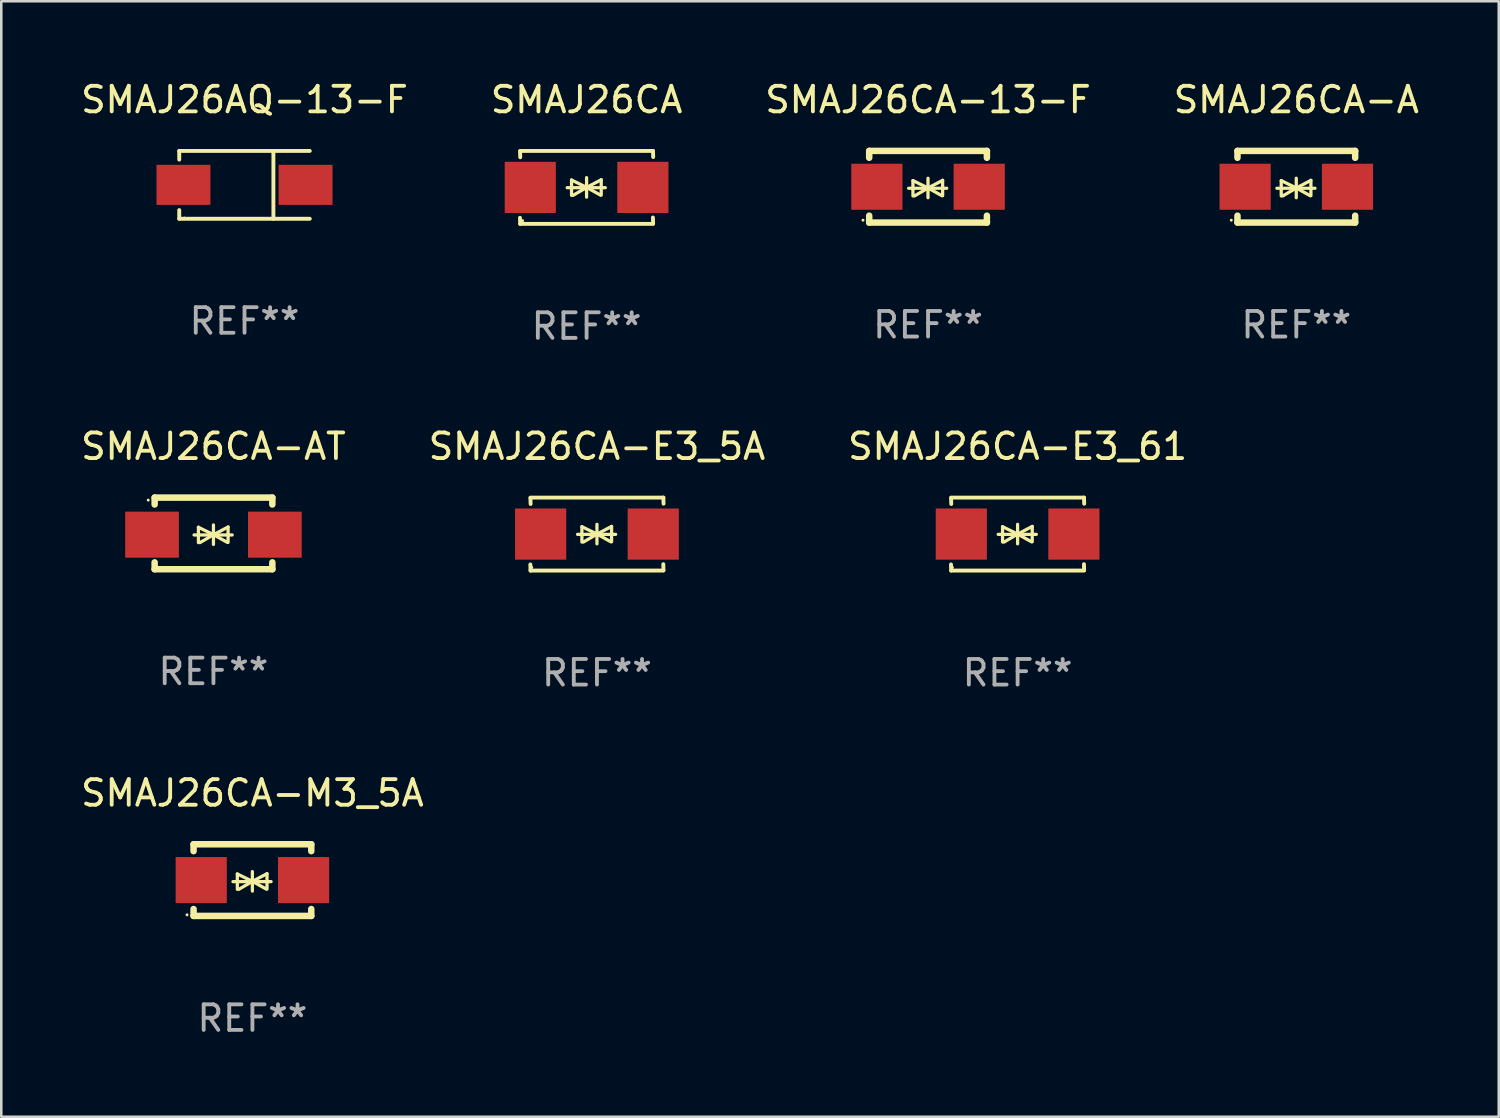
<source format=kicad_pcb>
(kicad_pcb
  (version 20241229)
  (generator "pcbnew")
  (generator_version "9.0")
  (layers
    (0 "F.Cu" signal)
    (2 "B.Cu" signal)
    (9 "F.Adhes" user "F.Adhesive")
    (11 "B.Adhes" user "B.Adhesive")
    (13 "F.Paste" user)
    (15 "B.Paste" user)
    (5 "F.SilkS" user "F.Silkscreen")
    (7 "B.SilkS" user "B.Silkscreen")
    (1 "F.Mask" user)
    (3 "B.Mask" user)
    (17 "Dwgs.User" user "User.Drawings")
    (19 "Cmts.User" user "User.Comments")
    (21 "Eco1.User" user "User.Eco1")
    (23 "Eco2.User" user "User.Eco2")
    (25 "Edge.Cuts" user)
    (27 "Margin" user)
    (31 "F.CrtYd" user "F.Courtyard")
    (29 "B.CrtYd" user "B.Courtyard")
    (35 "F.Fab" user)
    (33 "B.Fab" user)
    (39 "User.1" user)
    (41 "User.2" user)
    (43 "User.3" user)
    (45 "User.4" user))
  (footprint "SMAJ26CA-E3_5A"
    (layer "F.Cu")
    (at 20.28 17.823)
    (property "Reference" "SMAJ26CA-E3_5A" (at 0 -3.426 0) (layer "F.SilkS") (effects (font (size 1 1) (thickness 0.15))))
    (attr through_hole)
    (fp_line (start -2.596 -1.426) (end 2.596 -1.426) (stroke (width 0.152) (type solid)) (layer "F.SilkS"))
    (fp_line (start -2.596 1.426) (end -2.603 1.187) (stroke (width 0.152) (type solid)) (layer "F.SilkS"))
    (fp_line (start -2.596 1.426) (end 2.596 1.426) (stroke (width 0.152) (type solid)) (layer "F.SilkS"))
    (fp_line (start -2.593 -1.176) (end -2.6 -1.415) (stroke (width 0.152) (type solid)) (layer "F.SilkS"))
    (fp_line (start -0.758 0.011) (end 0.732 0.011) (stroke (width 0.127) (type solid)) (layer "F.SilkS"))
    (fp_line (start -0.588 -0.289) (end -0.588 0.311) (stroke (width 0.127) (type solid)) (layer "F.SilkS"))
    (fp_line (start -0.588 -0.289) (end 0 0) (stroke (width 0.127) (type solid)) (layer "F.SilkS"))
    (fp_line (start -0.528 0.311) (end 0 0) (stroke (width 0.127) (type solid)) (layer "F.SilkS"))
    (fp_line (start 0 0) (end 0 -0.381) (stroke (width 0.127) (type solid)) (layer "F.SilkS"))
    (fp_line (start 0 0) (end 0 0.381) (stroke (width 0.127) (type solid)) (layer "F.SilkS"))
    (fp_line (start 0.542 0.301) (end 0 0) (stroke (width 0.127) (type solid)) (layer "F.SilkS"))
    (fp_line (start 0.572 -0.299) (end 0 0) (stroke (width 0.127) (type solid)) (layer "F.SilkS"))
    (fp_line (start 0.572 -0.299) (end 0.572 0.301) (stroke (width 0.127) (type solid)) (layer "F.SilkS"))
    (fp_line (start 2.593 1.176) (end 2.6 1.415) (stroke (width 0.152) (type solid)) (layer "F.SilkS"))
    (fp_line (start 2.596 -1.426) (end 2.603 -1.187) (stroke (width 0.152) (type solid)) (layer "F.SilkS"))
    (fp_circle (center -2.55 1.3) (end -2.52 1.3) (stroke (width 0.06) (type solid)) (fill no) (layer "F.SilkS"))
    (fp_text user "REF**" (at 0 5.426 0) (layer "F.Fab") (effects (font (size 1 1) (thickness 0.15))))
    (pad "1" smd rect (at -2.2 0 180) (size 2 2) (layers "F.Cu" "F.Mask" "F.Paste"))
    (pad "2" smd rect (at 2.2 0 180) (size 2 2) (layers "F.Cu" "F.Mask" "F.Paste")))
  (footprint "SMAJ26CA"
    (layer "F.Cu")
    (at 19.875 4.274)
    (property "Reference" "SMAJ26CA" (at 0 -3.426 0) (layer "F.SilkS") (effects (font (size 1 1) (thickness 0.15))))
    (attr through_hole)
    (fp_line (start -2.596 -1.426) (end 2.596 -1.426) (stroke (width 0.152) (type solid)) (layer "F.SilkS"))
    (fp_line (start -2.596 1.426) (end -2.603 1.187) (stroke (width 0.152) (type solid)) (layer "F.SilkS"))
    (fp_line (start -2.596 1.426) (end 2.596 1.426) (stroke (width 0.152) (type solid)) (layer "F.SilkS"))
    (fp_line (start -2.593 -1.176) (end -2.6 -1.415) (stroke (width 0.152) (type solid)) (layer "F.SilkS"))
    (fp_line (start -0.758 0.011) (end 0.732 0.011) (stroke (width 0.127) (type solid)) (layer "F.SilkS"))
    (fp_line (start -0.588 -0.289) (end -0.588 0.311) (stroke (width 0.127) (type solid)) (layer "F.SilkS"))
    (fp_line (start -0.588 -0.289) (end 0 0) (stroke (width 0.127) (type solid)) (layer "F.SilkS"))
    (fp_line (start -0.528 0.311) (end 0 0) (stroke (width 0.127) (type solid)) (layer "F.SilkS"))
    (fp_line (start 0 0) (end 0 -0.381) (stroke (width 0.127) (type solid)) (layer "F.SilkS"))
    (fp_line (start 0 0) (end 0 0.381) (stroke (width 0.127) (type solid)) (layer "F.SilkS"))
    (fp_line (start 0.542 0.301) (end 0 0) (stroke (width 0.127) (type solid)) (layer "F.SilkS"))
    (fp_line (start 0.572 -0.299) (end 0 0) (stroke (width 0.127) (type solid)) (layer "F.SilkS"))
    (fp_line (start 0.572 -0.299) (end 0.572 0.301) (stroke (width 0.127) (type solid)) (layer "F.SilkS"))
    (fp_line (start 2.593 1.176) (end 2.6 1.415) (stroke (width 0.152) (type solid)) (layer "F.SilkS"))
    (fp_line (start 2.596 -1.426) (end 2.603 -1.187) (stroke (width 0.152) (type solid)) (layer "F.SilkS"))
    (fp_circle (center -2.5 1.3) (end -2.47 1.3) (stroke (width 0.06) (type solid)) (fill no) (layer "F.SilkS"))
    (fp_text user "REF**" (at 0 5.426 0) (layer "F.Fab") (effects (font (size 1 1) (thickness 0.15))))
    (pad "1" smd rect (at -2.2 0 180) (size 2 2) (layers "F.Cu" "F.Mask" "F.Paste"))
    (pad "2" smd rect (at 2.2 0 180) (size 2 2) (layers "F.Cu" "F.Mask" "F.Paste")))
  (footprint "SMAJ26CA-AT"
    (layer "F.Cu")
    (at 5.292 17.797)
    (property "Reference" "SMAJ26CA-AT" (at 0 -3.4 0) (layer "F.SilkS") (effects (font (size 1 1) (thickness 0.15))))
    (attr through_hole)
    (fp_line (start -2.298 -1.4) (end -2.298 -1.131) (stroke (width 0.254) (type solid)) (layer "F.SilkS"))
    (fp_line (start -2.298 -1.4) (end 2.302 -1.4) (stroke (width 0.254) (type solid)) (layer "F.SilkS"))
    (fp_line (start -2.298 1.131) (end -2.298 1.4) (stroke (width 0.254) (type solid)) (layer "F.SilkS"))
    (fp_line (start -2.298 1.4) (end 2.302 1.4) (stroke (width 0.254) (type solid)) (layer "F.SilkS"))
    (fp_line (start -0.758 0.06) (end 0.732 0.06) (stroke (width 0.127) (type solid)) (layer "F.SilkS"))
    (fp_line (start -0.588 -0.24) (end -0.588 0.36) (stroke (width 0.127) (type solid)) (layer "F.SilkS"))
    (fp_line (start -0.588 -0.24) (end 0.000025 0.049) (stroke (width 0.127) (type solid)) (layer "F.SilkS"))
    (fp_line (start -0.528 0.36) (end 0.000025 0.049) (stroke (width 0.127) (type solid)) (layer "F.SilkS"))
    (fp_line (start 0.000025 0.049) (end 0.000025 -0.332) (stroke (width 0.127) (type solid)) (layer "F.SilkS"))
    (fp_line (start 0.000025 0.049) (end 0.000025 0.43) (stroke (width 0.127) (type solid)) (layer "F.SilkS"))
    (fp_line (start 0.542 0.35) (end 0.000025 0.049) (stroke (width 0.127) (type solid)) (layer "F.SilkS"))
    (fp_line (start 0.572 -0.25) (end 0.000025 0.049) (stroke (width 0.127) (type solid)) (layer "F.SilkS"))
    (fp_line (start 0.572 -0.25) (end 0.572 0.35) (stroke (width 0.127) (type solid)) (layer "F.SilkS"))
    (fp_line (start 2.302 -1.4) (end 2.302 -1.131) (stroke (width 0.254) (type solid)) (layer "F.SilkS"))
    (fp_line (start 2.302 1.131) (end 2.302 1.4) (stroke (width 0.254) (type solid)) (layer "F.SilkS"))
    (fp_circle (center -2.549 -1.301) (end -2.519 -1.301) (stroke (width 0.06) (type solid)) (fill no) (layer "F.SilkS"))
    (fp_text user "REF**" (at 0 5.4 0) (layer "F.Fab") (effects (font (size 1 1) (thickness 0.15))))
    (pad "1" smd rect (at -2.4 0.049) (size 2.1 1.8) (layers "F.Cu" "F.Mask" "F.Paste"))
    (pad "2" smd rect (at 2.4 0.049) (size 2.1 1.8) (layers "F.Cu" "F.Mask" "F.Paste")))
  (footprint "SMAJ26CA-13-F"
    (layer "F.Cu")
    (at 33.22 4.248)
    (property "Reference" "SMAJ26CA-13-F" (at 0 -3.4 0) (layer "F.SilkS") (effects (font (size 1 1) (thickness 0.15))))
    (attr through_hole)
    (fp_line (start -2.3 -1.4) (end -2.3 -1.131) (stroke (width 0.254) (type solid)) (layer "F.SilkS"))
    (fp_line (start -2.3 -1.4) (end 2.3 -1.4) (stroke (width 0.254) (type solid)) (layer "F.SilkS"))
    (fp_line (start -2.3 1.131) (end -2.3 1.4) (stroke (width 0.254) (type solid)) (layer "F.SilkS"))
    (fp_line (start -2.3 1.4) (end 2.3 1.4) (stroke (width 0.254) (type solid)) (layer "F.SilkS"))
    (fp_line (start -0.76 0.06) (end 0.73 0.06) (stroke (width 0.127) (type solid)) (layer "F.SilkS"))
    (fp_line (start -0.59 -0.24) (end -0.59 0.36) (stroke (width 0.127) (type solid)) (layer "F.SilkS"))
    (fp_line (start -0.59 -0.24) (end -0.002 0.049) (stroke (width 0.127) (type solid)) (layer "F.SilkS"))
    (fp_line (start -0.53 0.36) (end -0.002 0.049) (stroke (width 0.127) (type solid)) (layer "F.SilkS"))
    (fp_line (start -0.002 0.049) (end -0.002 -0.332) (stroke (width 0.127) (type solid)) (layer "F.SilkS"))
    (fp_line (start -0.002 0.049) (end -0.002 0.43) (stroke (width 0.127) (type solid)) (layer "F.SilkS"))
    (fp_line (start 0.54 0.35) (end -0.002 0.049) (stroke (width 0.127) (type solid)) (layer "F.SilkS"))
    (fp_line (start 0.57 -0.25) (end -0.002 0.049) (stroke (width 0.127) (type solid)) (layer "F.SilkS"))
    (fp_line (start 0.57 -0.25) (end 0.57 0.35) (stroke (width 0.127) (type solid)) (layer "F.SilkS"))
    (fp_line (start 2.3 -1.4) (end 2.3 -1.131) (stroke (width 0.254) (type solid)) (layer "F.SilkS"))
    (fp_line (start 2.3 1.131) (end 2.3 1.4) (stroke (width 0.254) (type solid)) (layer "F.SilkS"))
    (fp_circle (center -2.542 1.308) (end -2.512 1.308) (stroke (width 0.06) (type solid)) (fill no) (layer "F.SilkS"))
    (fp_text user "REF**" (at 0 5.4 0) (layer "F.Fab") (effects (font (size 1 1) (thickness 0.15))))
    (pad "1" smd rect (at -2 0) (size 2 1.8) (layers "F.Cu" "F.Mask" "F.Paste"))
    (pad "2" smd rect (at 2 0) (size 2 1.8) (layers "F.Cu" "F.Mask" "F.Paste")))
  (footprint "SMAJ26CA-M3_5A"
    (layer "F.Cu")
    (at 6.815 31.346)
    (property "Reference" "SMAJ26CA-M3_5A" (at 0 -3.4 0) (layer "F.SilkS") (effects (font (size 1 1) (thickness 0.15))))
    (attr through_hole)
    (fp_line (start -2.3 -1.4) (end -2.3 -1.131) (stroke (width 0.254) (type solid)) (layer "F.SilkS"))
    (fp_line (start -2.3 -1.4) (end 2.3 -1.4) (stroke (width 0.254) (type solid)) (layer "F.SilkS"))
    (fp_line (start -2.3 1.131) (end -2.3 1.4) (stroke (width 0.254) (type solid)) (layer "F.SilkS"))
    (fp_line (start -2.3 1.4) (end 2.3 1.4) (stroke (width 0.254) (type solid)) (layer "F.SilkS"))
    (fp_line (start -0.76 0.06) (end 0.73 0.06) (stroke (width 0.127) (type solid)) (layer "F.SilkS"))
    (fp_line (start -0.59 -0.24) (end -0.59 0.36) (stroke (width 0.127) (type solid)) (layer "F.SilkS"))
    (fp_line (start -0.59 -0.24) (end -0.002 0.049) (stroke (width 0.127) (type solid)) (layer "F.SilkS"))
    (fp_line (start -0.53 0.36) (end -0.002 0.049) (stroke (width 0.127) (type solid)) (layer "F.SilkS"))
    (fp_line (start -0.002 0.049) (end -0.002 -0.332) (stroke (width 0.127) (type solid)) (layer "F.SilkS"))
    (fp_line (start -0.002 0.049) (end -0.002 0.43) (stroke (width 0.127) (type solid)) (layer "F.SilkS"))
    (fp_line (start 0.54 0.35) (end -0.002 0.049) (stroke (width 0.127) (type solid)) (layer "F.SilkS"))
    (fp_line (start 0.57 -0.25) (end -0.002 0.049) (stroke (width 0.127) (type solid)) (layer "F.SilkS"))
    (fp_line (start 0.57 -0.25) (end 0.57 0.35) (stroke (width 0.127) (type solid)) (layer "F.SilkS"))
    (fp_line (start 2.3 -1.4) (end 2.3 -1.131) (stroke (width 0.254) (type solid)) (layer "F.SilkS"))
    (fp_line (start 2.3 1.131) (end 2.3 1.4) (stroke (width 0.254) (type solid)) (layer "F.SilkS"))
    (fp_circle (center -2.555 1.358) (end -2.525 1.358) (stroke (width 0.06) (type solid)) (fill no) (layer "F.SilkS"))
    (fp_text user "REF**" (at 0 5.4 0) (layer "F.Fab") (effects (font (size 1 1) (thickness 0.15))))
    (pad "1" smd rect (at -2 -0.000025) (size 2 1.8) (layers "F.Cu" "F.Mask" "F.Paste"))
    (pad "2" smd rect (at 2 -0.000025) (size 2 1.8) (layers "F.Cu" "F.Mask" "F.Paste")))
  (footprint "SMAJ26CA-A"
    (layer "F.Cu")
    (at 47.613 4.248)
    (property "Reference" "SMAJ26CA-A" (at 0 -3.4 0) (layer "F.SilkS") (effects (font (size 1 1) (thickness 0.15))))
    (attr through_hole)
    (fp_line (start -2.3 -1.4) (end -2.3 -1.131) (stroke (width 0.254) (type solid)) (layer "F.SilkS"))
    (fp_line (start -2.3 -1.4) (end 2.3 -1.4) (stroke (width 0.254) (type solid)) (layer "F.SilkS"))
    (fp_line (start -2.3 1.131) (end -2.3 1.4) (stroke (width 0.254) (type solid)) (layer "F.SilkS"))
    (fp_line (start -2.3 1.4) (end 2.3 1.4) (stroke (width 0.254) (type solid)) (layer "F.SilkS"))
    (fp_line (start -0.76 0.06) (end 0.73 0.06) (stroke (width 0.127) (type solid)) (layer "F.SilkS"))
    (fp_line (start -0.59 -0.24) (end -0.59 0.36) (stroke (width 0.127) (type solid)) (layer "F.SilkS"))
    (fp_line (start -0.59 -0.24) (end -0.002 0.049) (stroke (width 0.127) (type solid)) (layer "F.SilkS"))
    (fp_line (start -0.53 0.36) (end -0.002 0.049) (stroke (width 0.127) (type solid)) (layer "F.SilkS"))
    (fp_line (start -0.002 0.049) (end -0.002 -0.332) (stroke (width 0.127) (type solid)) (layer "F.SilkS"))
    (fp_line (start -0.002 0.049) (end -0.002 0.43) (stroke (width 0.127) (type solid)) (layer "F.SilkS"))
    (fp_line (start 0.54 0.35) (end -0.002 0.049) (stroke (width 0.127) (type solid)) (layer "F.SilkS"))
    (fp_line (start 0.57 -0.25) (end -0.002 0.049) (stroke (width 0.127) (type solid)) (layer "F.SilkS"))
    (fp_line (start 0.57 -0.25) (end 0.57 0.35) (stroke (width 0.127) (type solid)) (layer "F.SilkS"))
    (fp_line (start 2.3 -1.4) (end 2.3 -1.131) (stroke (width 0.254) (type solid)) (layer "F.SilkS"))
    (fp_line (start 2.3 1.131) (end 2.3 1.4) (stroke (width 0.254) (type solid)) (layer "F.SilkS"))
    (fp_circle (center -2.542 1.308) (end -2.512 1.308) (stroke (width 0.06) (type solid)) (fill no) (layer "F.SilkS"))
    (fp_text user "REF**" (at 0 5.4 0) (layer "F.Fab") (effects (font (size 1 1) (thickness 0.15))))
    (pad "1" smd rect (at -2 0) (size 2 1.8) (layers "F.Cu" "F.Mask" "F.Paste"))
    (pad "2" smd rect (at 2 0) (size 2 1.8) (layers "F.Cu" "F.Mask" "F.Paste")))
  (footprint "SMAJ26CA-E3_61"
    (layer "F.Cu")
    (at 36.72 17.823)
    (property "Reference" "SMAJ26CA-E3_61" (at 0 -3.426 0) (layer "F.SilkS") (effects (font (size 1 1) (thickness 0.15))))
    (attr through_hole)
    (fp_line (start -2.596 -1.426) (end 2.596 -1.426) (stroke (width 0.152) (type solid)) (layer "F.SilkS"))
    (fp_line (start -2.596 1.426) (end -2.603 1.187) (stroke (width 0.152) (type solid)) (layer "F.SilkS"))
    (fp_line (start -2.596 1.426) (end 2.596 1.426) (stroke (width 0.152) (type solid)) (layer "F.SilkS"))
    (fp_line (start -2.593 -1.176) (end -2.6 -1.415) (stroke (width 0.152) (type solid)) (layer "F.SilkS"))
    (fp_line (start -0.758 0.011) (end 0.732 0.011) (stroke (width 0.127) (type solid)) (layer "F.SilkS"))
    (fp_line (start -0.588 -0.289) (end -0.588 0.311) (stroke (width 0.127) (type solid)) (layer "F.SilkS"))
    (fp_line (start -0.588 -0.289) (end 0 0) (stroke (width 0.127) (type solid)) (layer "F.SilkS"))
    (fp_line (start -0.528 0.311) (end 0 0) (stroke (width 0.127) (type solid)) (layer "F.SilkS"))
    (fp_line (start 0 0) (end 0 -0.381) (stroke (width 0.127) (type solid)) (layer "F.SilkS"))
    (fp_line (start 0 0) (end 0 0.381) (stroke (width 0.127) (type solid)) (layer "F.SilkS"))
    (fp_line (start 0.542 0.301) (end 0 0) (stroke (width 0.127) (type solid)) (layer "F.SilkS"))
    (fp_line (start 0.572 -0.299) (end 0 0) (stroke (width 0.127) (type solid)) (layer "F.SilkS"))
    (fp_line (start 0.572 -0.299) (end 0.572 0.301) (stroke (width 0.127) (type solid)) (layer "F.SilkS"))
    (fp_line (start 2.593 1.176) (end 2.6 1.415) (stroke (width 0.152) (type solid)) (layer "F.SilkS"))
    (fp_line (start 2.596 -1.426) (end 2.603 -1.187) (stroke (width 0.152) (type solid)) (layer "F.SilkS"))
    (fp_circle (center -2.55 1.3) (end -2.52 1.3) (stroke (width 0.06) (type solid)) (fill no) (layer "F.SilkS"))
    (fp_text user "REF**" (at 0 5.426 0) (layer "F.Fab") (effects (font (size 1 1) (thickness 0.15))))
    (pad "1" smd rect (at -2.2 0 180) (size 2 2) (layers "F.Cu" "F.Mask" "F.Paste"))
    (pad "2" smd rect (at 2.2 0 180) (size 2 2) (layers "F.Cu" "F.Mask" "F.Paste")))
  (footprint "SMAJ26AQ-13-F"
    (layer "F.Cu")
    (at 6.506 4.174)
    (property "Reference" "SMAJ26AQ-13-F" (at 0 -3.326 0) (layer "F.SilkS") (effects (font (size 1 1) (thickness 0.15))))
    (attr through_hole)
    (fp_line (start -2.551 -1.326) (end -2.551 -0.986) (stroke (width 0.152) (type solid)) (layer "F.SilkS"))
    (fp_line (start -2.551 1.326) (end -2.551 0.986) (stroke (width 0.152) (type solid)) (layer "F.SilkS"))
    (fp_line (start 1.129 1.326) (end 1.129 -1.326) (stroke (width 0.152) (type solid)) (layer "F.SilkS"))
    (fp_line (start 2.551 -1.326) (end -2.551 -1.326) (stroke (width 0.152) (type solid)) (layer "F.SilkS"))
    (fp_line (start 2.551 1.326) (end -2.551 1.326) (stroke (width 0.152) (type solid)) (layer "F.SilkS"))
    (fp_circle (center -2.35 1.3) (end -2.32 1.3) (stroke (width 0.06) (type solid)) (fill no) (layer "F.SilkS"))
    (fp_text user "REF**" (at 0 5.326 0) (layer "F.Fab") (effects (font (size 1 1) (thickness 0.15))))
    (pad "1" smd rect (at -2.386 0) (size 2.107 1.566) (layers "F.Cu" "F.Mask" "F.Paste"))
    (pad "2" smd rect (at 2.386 0) (size 2.107 1.566) (layers "F.Cu" "F.Mask" "F.Paste")))
  (gr_rect
    (start -3 -3)
    (end 55.524 40.594)
    (stroke (width 0.1) (type default))
    (fill no)
    (layer "Edge.Cuts")))
</source>
